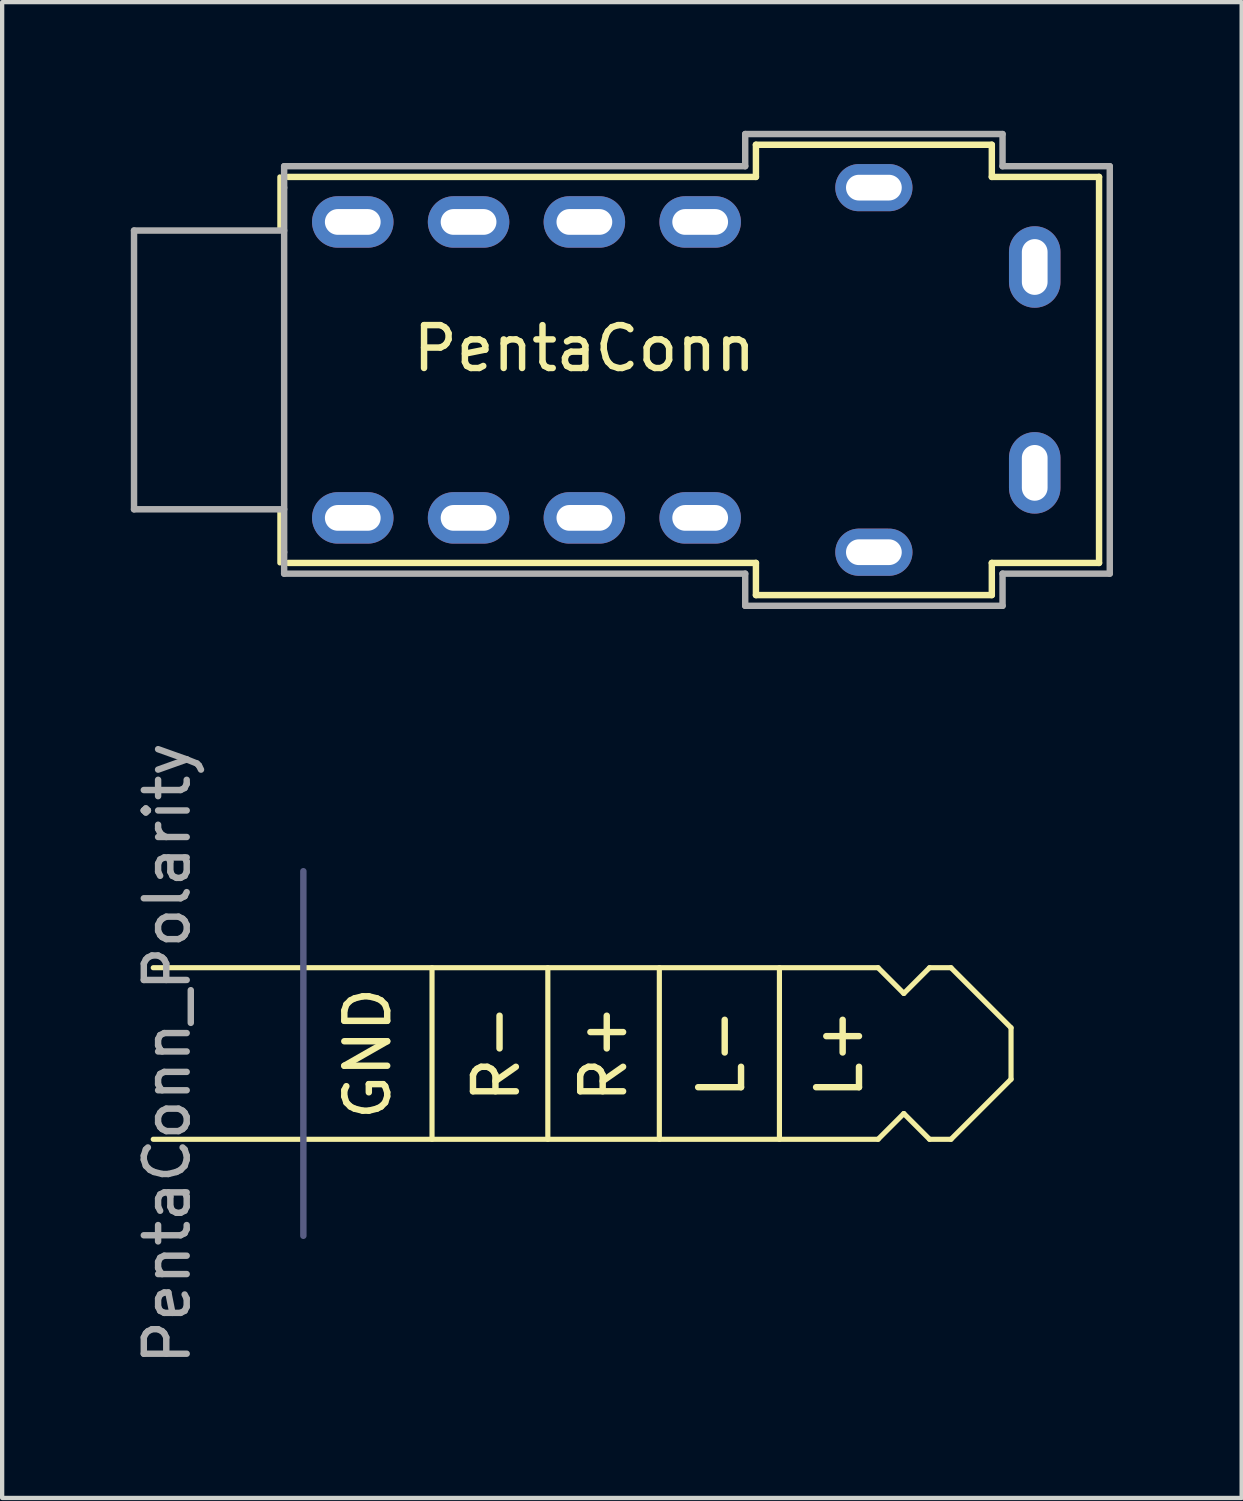
<source format=kicad_pcb>
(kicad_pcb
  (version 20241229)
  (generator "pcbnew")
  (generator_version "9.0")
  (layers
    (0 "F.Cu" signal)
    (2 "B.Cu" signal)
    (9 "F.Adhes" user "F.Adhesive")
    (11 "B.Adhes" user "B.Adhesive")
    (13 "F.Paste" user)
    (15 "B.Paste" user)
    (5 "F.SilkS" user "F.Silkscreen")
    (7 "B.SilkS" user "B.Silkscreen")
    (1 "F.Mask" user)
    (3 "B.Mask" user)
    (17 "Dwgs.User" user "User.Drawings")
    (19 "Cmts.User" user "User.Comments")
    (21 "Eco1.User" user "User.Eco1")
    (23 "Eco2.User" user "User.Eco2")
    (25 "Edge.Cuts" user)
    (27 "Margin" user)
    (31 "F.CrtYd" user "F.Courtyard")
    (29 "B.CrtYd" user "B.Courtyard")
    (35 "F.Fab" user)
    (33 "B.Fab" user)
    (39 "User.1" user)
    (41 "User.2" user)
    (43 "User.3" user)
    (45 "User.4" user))
  (footprint "PentaConn"
    (layer "F.Cu")
    (at 3.575 5.575)
    (property "Reference" "PentaConn" (at 7 -0.5 0) (layer "F.SilkS") (effects (font (size 1 1) (thickness 0.15))))
    (attr through_hole)
    (fp_line (start -3.5 -3.25) (end -3.5 3.25) (stroke (width 0.12) (type solid)) (layer "F.SilkS"))
    (fp_line (start -0.1 -4.5) (end -0.1 -3.25) (stroke (width 0.12) (type solid)) (layer "F.SilkS"))
    (fp_line (start -0.1 -3.25) (end -3.5 -3.25) (stroke (width 0.12) (type solid)) (layer "F.SilkS"))
    (fp_line (start -0.1 3.25) (end -3.5 3.25) (stroke (width 0.12) (type solid)) (layer "F.SilkS"))
    (fp_line (start -0.1 4.5) (end -0.1 3.25) (stroke (width 0.12) (type solid)) (layer "F.SilkS"))
    (fp_line (start 0.1 4.5) (end 11 4.5) (stroke (width 0.15) (type solid)) (layer "F.SilkS"))
    (fp_line (start 11 -5.25) (end 11 -4.5) (stroke (width 0.15) (type solid)) (layer "F.SilkS"))
    (fp_line (start 11 -4.5) (end 0.1 -4.5) (stroke (width 0.15) (type solid)) (layer "F.SilkS"))
    (fp_line (start 11 4.5) (end 11 5.25) (stroke (width 0.15) (type solid)) (layer "F.SilkS"))
    (fp_line (start 11 5.25) (end 16.5 5.25) (stroke (width 0.15) (type solid)) (layer "F.SilkS"))
    (fp_line (start 16.5 -5.25) (end 11 -5.25) (stroke (width 0.15) (type solid)) (layer "F.SilkS"))
    (fp_line (start 16.5 -4.5) (end 16.5 -5.25) (stroke (width 0.15) (type solid)) (layer "F.SilkS"))
    (fp_line (start 16.5 4.5) (end 19 4.5) (stroke (width 0.15) (type solid)) (layer "F.SilkS"))
    (fp_line (start 16.5 5.25) (end 16.5 4.5) (stroke (width 0.15) (type solid)) (layer "F.SilkS"))
    (fp_line (start 19 -4.5) (end 16.5 -4.5) (stroke (width 0.15) (type solid)) (layer "F.SilkS"))
    (fp_line (start 19 4.5) (end 19 -4.5) (stroke (width 0.15) (type solid)) (layer "F.SilkS"))
    (fp_line (start -3.5 -3.25) (end -3.5 3.25) (stroke (width 0.15) (type solid)) (layer "F.Fab"))
    (fp_line (start -3.5 3.25) (end 0 3.25) (stroke (width 0.15) (type solid)) (layer "F.Fab"))
    (fp_line (start 0 -4.75) (end 0 -4.25) (stroke (width 0.15) (type solid)) (layer "F.Fab"))
    (fp_line (start 0 -3.25) (end -3.5 -3.25) (stroke (width 0.15) (type solid)) (layer "F.Fab"))
    (fp_line (start 0 4.25) (end 0 -4.25) (stroke (width 0.15) (type solid)) (layer "F.Fab"))
    (fp_line (start 0 4.25) (end 0 4.75) (stroke (width 0.15) (type solid)) (layer "F.Fab"))
    (fp_line (start 0 4.75) (end 10.75 4.75) (stroke (width 0.15) (type solid)) (layer "F.Fab"))
    (fp_line (start 10.75 -5.5) (end 10.75 -4.75) (stroke (width 0.15) (type solid)) (layer "F.Fab"))
    (fp_line (start 10.75 -4.75) (end 0 -4.75) (stroke (width 0.15) (type solid)) (layer "F.Fab"))
    (fp_line (start 10.75 4.75) (end 10.75 5.5) (stroke (width 0.15) (type solid)) (layer "F.Fab"))
    (fp_line (start 10.75 5.5) (end 16.75 5.5) (stroke (width 0.15) (type solid)) (layer "F.Fab"))
    (fp_line (start 16.75 -5.5) (end 10.75 -5.5) (stroke (width 0.15) (type solid)) (layer "F.Fab"))
    (fp_line (start 16.75 -4.75) (end 16.75 -5.5) (stroke (width 0.15) (type solid)) (layer "F.Fab"))
    (fp_line (start 16.75 4.75) (end 19.25 4.75) (stroke (width 0.15) (type solid)) (layer "F.Fab"))
    (fp_line (start 16.75 5.5) (end 16.75 4.75) (stroke (width 0.15) (type solid)) (layer "F.Fab"))
    (fp_line (start 19.25 -4.75) (end 16.75 -4.75) (stroke (width 0.15) (type solid)) (layer "F.Fab"))
    (fp_line (start 19.25 4.75) (end 19.25 -4.75) (stroke (width 0.15) (type solid)) (layer "F.Fab"))
    (pad "1" thru_hole oval (at 1.6 -3.45) (size 1.9 1.2) (drill oval 1.3 0.6) (layers "*.Cu" "*.Mask"))
    (pad "1" thru_hole oval (at 1.6 3.45) (size 1.9 1.2) (drill oval 1.3 0.6) (layers "*.Cu" "*.Mask"))
    (pad "2" thru_hole oval (at 4.3 -3.45) (size 1.9 1.2) (drill oval 1.3 0.6) (layers "*.Cu" "*.Mask"))
    (pad "2" thru_hole oval (at 4.3 3.45) (size 1.9 1.2) (drill oval 1.3 0.6) (layers "*.Cu" "*.Mask"))
    (pad "3" thru_hole oval (at 7 -3.45) (size 1.9 1.2) (drill oval 1.3 0.6) (layers "*.Cu" "*.Mask"))
    (pad "3" thru_hole oval (at 7 3.45) (size 1.9 1.2) (drill oval 1.3 0.6) (layers "*.Cu" "*.Mask"))
    (pad "4" thru_hole oval (at 9.7 -3.45) (size 1.9 1.2) (drill oval 1.3 0.6) (layers "*.Cu" "*.Mask"))
    (pad "4" thru_hole oval (at 9.7 3.45) (size 1.9 1.2) (drill oval 1.3 0.6) (layers "*.Cu" "*.Mask"))
    (pad "5" thru_hole oval (at 17.5 -2.4 90) (size 1.9 1.2) (drill oval 1.3 0.6) (layers "*.Cu" "*.Mask"))
    (pad "5" thru_hole oval (at 17.5 2.4 90) (size 1.9 1.2) (drill oval 1.3 0.6) (layers "*.Cu" "*.Mask"))
    (pad "6" thru_hole oval (at 13.75 -4.25) (size 1.8 1.1) (drill oval 1.3 0.6) (layers "*.Cu" "*.Mask"))
    (pad "7" thru_hole oval (at 13.75 4.25) (size 1.8 1.1) (drill oval 1.3 0.6) (layers "*.Cu" "*.Mask")))
  (footprint "PentaConn_Polarity"
    (layer "F.Cu")
    (at 4.023 21.513)
    (property "Reference" "PentaConn_Polarity" (at -3.175 0 90) (layer "F.Fab") (effects (font (size 1 1) (thickness 0.15))))
    (attr through_hole)
    (fp_line (start -3.5 -2) (end 13.4 -2) (stroke (width 0.12) (type solid)) (layer "F.SilkS"))
    (fp_line (start -3.5 2) (end 13.4 2) (stroke (width 0.12) (type solid)) (layer "F.SilkS"))
    (fp_line (start 3 2) (end 3 -2) (stroke (width 0.12) (type solid)) (layer "F.SilkS"))
    (fp_line (start 5.7 2) (end 5.7 -2) (stroke (width 0.12) (type solid)) (layer "F.SilkS"))
    (fp_line (start 8.3 2) (end 8.3 -2) (stroke (width 0.12) (type solid)) (layer "F.SilkS"))
    (fp_line (start 11.1 2) (end 11.1 -2) (stroke (width 0.12) (type solid)) (layer "F.SilkS"))
    (fp_line (start 13.4 2) (end 14 1.4) (stroke (width 0.12) (type solid)) (layer "F.SilkS"))
    (fp_line (start 14 -1.4) (end 13.4 -2) (stroke (width 0.12) (type solid)) (layer "F.SilkS"))
    (fp_line (start 14 1.4) (end 14.6 2) (stroke (width 0.12) (type solid)) (layer "F.SilkS"))
    (fp_line (start 14.6 -2) (end 14 -1.4) (stroke (width 0.12) (type solid)) (layer "F.SilkS"))
    (fp_line (start 15.1 -2) (end 14.6 -2) (stroke (width 0.12) (type solid)) (layer "F.SilkS"))
    (fp_line (start 15.1 2) (end 14.6 2) (stroke (width 0.12) (type solid)) (layer "F.SilkS"))
    (fp_line (start 16.5 -0.6) (end 15.1 -2) (stroke (width 0.12) (type solid)) (layer "F.SilkS"))
    (fp_line (start 16.5 0.6) (end 15.1 2) (stroke (width 0.12) (type solid)) (layer "F.SilkS"))
    (fp_line (start 16.5 0.6) (end 16.5 -0.6) (stroke (width 0.12) (type solid)) (layer "F.SilkS"))
    (fp_line (start 0 -4.25) (end 0 4.25) (stroke (width 0.15) (type solid)) (layer "B.Fab"))
    (fp_text user "R+" (at 7 0 90) (unlocked yes) (layer "F.SilkS") (effects (font (size 1 1) (thickness 0.15))))
    (fp_text user "R-" (at 4.5 0 90) (unlocked yes) (layer "F.SilkS") (effects (font (size 1 1) (thickness 0.15))))
    (fp_text user "L+" (at 12.5 0 90) (unlocked yes) (layer "F.SilkS") (effects (font (size 1 1) (thickness 0.15))))
    (fp_text user "L-" (at 9.75 0 90) (unlocked yes) (layer "F.SilkS") (effects (font (size 1 1) (thickness 0.15))))
    (fp_text user "GND" (at 1.5 0 90) (unlocked yes) (layer "F.SilkS") (effects (font (size 1 1) (thickness 0.15)))))
  (gr_rect
    (start -3 -3)
    (end 25.9 31.876)
    (stroke (width 0.1) (type default))
    (fill no)
    (layer "Edge.Cuts")))
</source>
